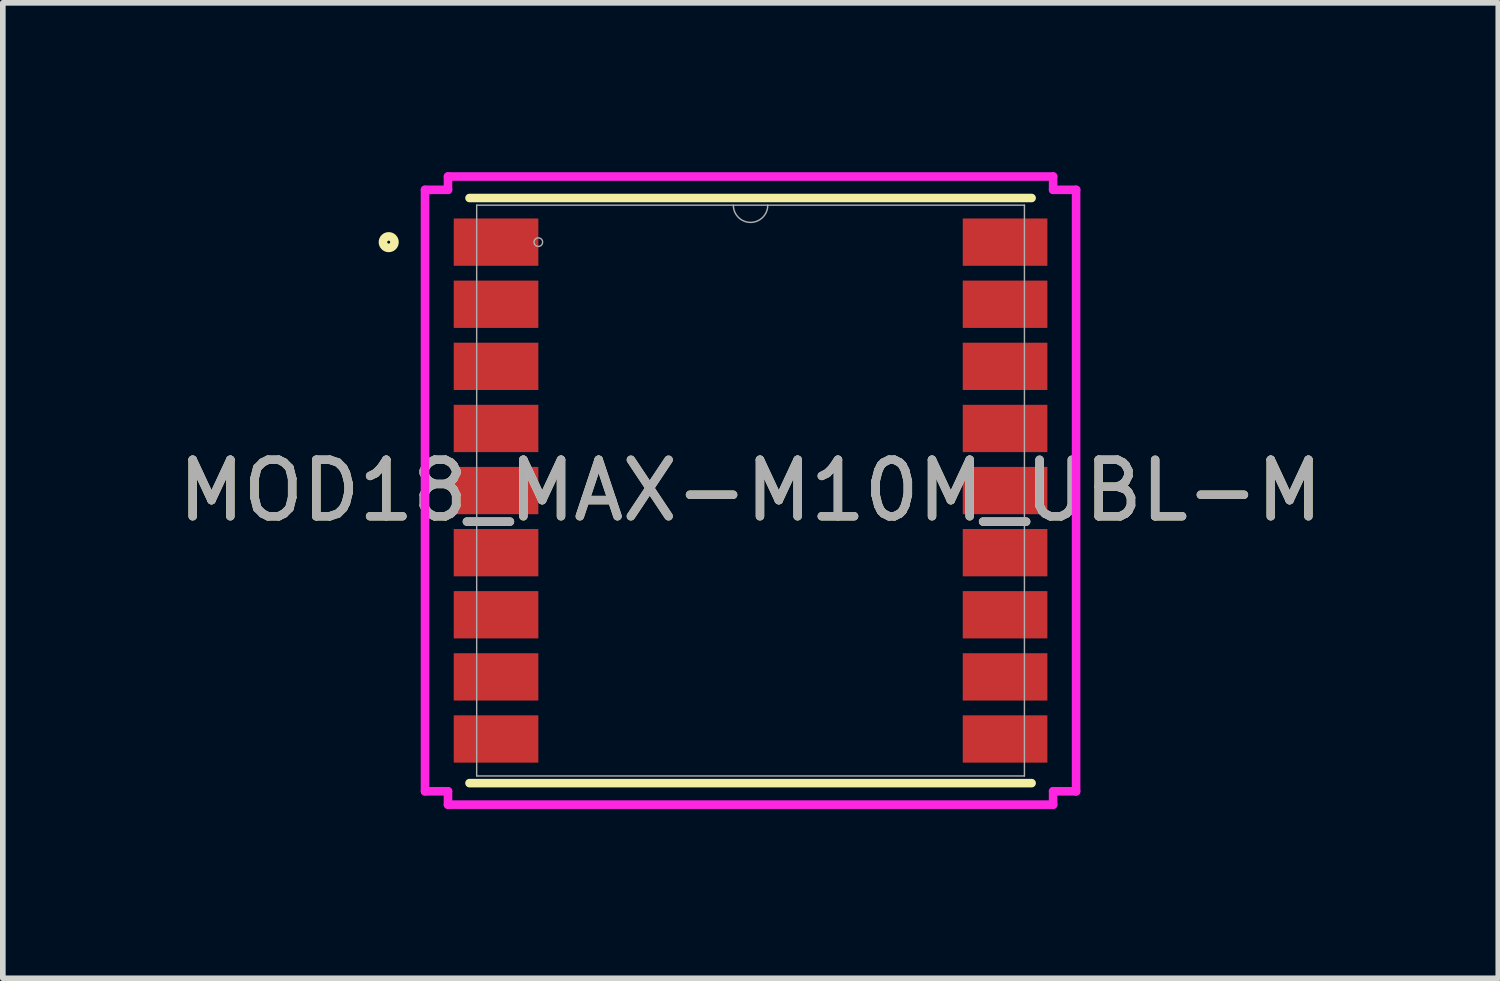
<source format=kicad_pcb>
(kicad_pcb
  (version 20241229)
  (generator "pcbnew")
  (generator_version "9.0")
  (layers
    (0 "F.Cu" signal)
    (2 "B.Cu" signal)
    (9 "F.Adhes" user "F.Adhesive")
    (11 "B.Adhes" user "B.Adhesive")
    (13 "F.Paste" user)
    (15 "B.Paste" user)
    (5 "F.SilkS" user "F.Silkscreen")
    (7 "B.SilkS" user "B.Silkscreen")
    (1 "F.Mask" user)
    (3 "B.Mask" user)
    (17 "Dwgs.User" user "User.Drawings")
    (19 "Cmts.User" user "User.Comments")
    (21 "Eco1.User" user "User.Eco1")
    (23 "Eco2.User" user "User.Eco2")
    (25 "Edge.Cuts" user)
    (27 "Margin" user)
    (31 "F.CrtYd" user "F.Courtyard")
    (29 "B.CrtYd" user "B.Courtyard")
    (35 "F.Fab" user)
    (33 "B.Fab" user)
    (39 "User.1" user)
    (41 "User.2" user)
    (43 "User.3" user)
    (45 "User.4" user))
  (footprint "MOD18_MAX-M10M_UBL-M"
    (layer "F.Cu")
    (at 10.244 5.639)
    (property "Reference" "MOD18_MAX-M10M_UBL-M" (at 0 0 0) (unlocked yes) (layer "F.SilkS") (effects (font (size 1 1) (thickness 0.15))))
    (attr smd)
    (fp_line (start -4.978 5.182) (end 4.978 5.182) (stroke (width 0.152) (type solid)) (layer "F.SilkS"))
    (fp_line (start 4.978 -5.182) (end -4.978 -5.182) (stroke (width 0.152) (type solid)) (layer "F.SilkS"))
    (fp_circle (center -6.409 -4.4) (end -6.307 -4.4) (stroke (width 0.152) (type solid)) (fill no) (layer "F.SilkS"))
    (fp_line (start -5.766 -5.327) (end -5.359 -5.327) (stroke (width 0.152) (type solid)) (layer "F.CrtYd"))
    (fp_line (start -5.766 5.327) (end -5.766 -5.327) (stroke (width 0.152) (type solid)) (layer "F.CrtYd"))
    (fp_line (start -5.766 5.327) (end -5.359 5.327) (stroke (width 0.152) (type solid)) (layer "F.CrtYd"))
    (fp_line (start -5.359 -5.563) (end 5.359 -5.563) (stroke (width 0.152) (type solid)) (layer "F.CrtYd"))
    (fp_line (start -5.359 -5.327) (end -5.359 -5.563) (stroke (width 0.152) (type solid)) (layer "F.CrtYd"))
    (fp_line (start -5.359 5.563) (end -5.359 5.327) (stroke (width 0.152) (type solid)) (layer "F.CrtYd"))
    (fp_line (start 5.359 -5.563) (end 5.359 -5.327) (stroke (width 0.152) (type solid)) (layer "F.CrtYd"))
    (fp_line (start 5.359 5.327) (end 5.359 5.563) (stroke (width 0.152) (type solid)) (layer "F.CrtYd"))
    (fp_line (start 5.359 5.563) (end -5.359 5.563) (stroke (width 0.152) (type solid)) (layer "F.CrtYd"))
    (fp_line (start 5.766 -5.327) (end 5.359 -5.327) (stroke (width 0.152) (type solid)) (layer "F.CrtYd"))
    (fp_line (start 5.766 -5.327) (end 5.766 5.327) (stroke (width 0.152) (type solid)) (layer "F.CrtYd"))
    (fp_line (start 5.766 5.327) (end 5.359 5.327) (stroke (width 0.152) (type solid)) (layer "F.CrtYd"))
    (fp_line (start -4.851 -5.055) (end -4.851 5.055) (stroke (width 0.025) (type solid)) (layer "F.Fab"))
    (fp_line (start -4.851 5.055) (end 4.851 5.055) (stroke (width 0.025) (type solid)) (layer "F.Fab"))
    (fp_line (start 4.851 -5.055) (end -4.851 -5.055) (stroke (width 0.025) (type solid)) (layer "F.Fab"))
    (fp_line (start 4.851 5.055) (end 4.851 -5.055) (stroke (width 0.025) (type solid)) (layer "F.Fab"))
    (fp_arc (start 0.3048 -5.0546) (mid 0 -4.7498) (end -0.3048 -5.0546) (stroke (width 0.0254) (type solid)) (layer "F.Fab"))
    (fp_circle (center -3.759 -4.4) (end -3.683 -4.4) (stroke (width 0.025) (type solid)) (fill no) (layer "F.Fab"))
    (fp_text user "${REFERENCE}" (at 0 0 0) (unlocked yes) (layer "F.Fab") (effects (font (size 1 1) (thickness 0.15))))
    (pad "1" smd rect (at -4.508 -4.4) (size 1.499 0.838) (layers "F.Cu" "F.Mask" "F.Paste"))
    (pad "2" smd rect (at -4.508 -3.3) (size 1.499 0.838) (layers "F.Cu" "F.Mask" "F.Paste"))
    (pad "3" smd rect (at -4.508 -2.2) (size 1.499 0.838) (layers "F.Cu" "F.Mask" "F.Paste"))
    (pad "4" smd rect (at -4.508 -1.1) (size 1.499 0.838) (layers "F.Cu" "F.Mask" "F.Paste"))
    (pad "5" smd rect (at -4.508 0) (size 1.499 0.838) (layers "F.Cu" "F.Mask" "F.Paste"))
    (pad "6" smd rect (at -4.508 1.1) (size 1.499 0.838) (layers "F.Cu" "F.Mask" "F.Paste"))
    (pad "7" smd rect (at -4.508 2.2) (size 1.499 0.838) (layers "F.Cu" "F.Mask" "F.Paste"))
    (pad "8" smd rect (at -4.508 3.3) (size 1.499 0.838) (layers "F.Cu" "F.Mask" "F.Paste"))
    (pad "9" smd rect (at -4.508 4.4) (size 1.499 0.838) (layers "F.Cu" "F.Mask" "F.Paste"))
    (pad "10" smd rect (at 4.508 4.4) (size 1.499 0.838) (layers "F.Cu" "F.Mask" "F.Paste"))
    (pad "11" smd rect (at 4.508 3.3) (size 1.499 0.838) (layers "F.Cu" "F.Mask" "F.Paste"))
    (pad "12" smd rect (at 4.508 2.2) (size 1.499 0.838) (layers "F.Cu" "F.Mask" "F.Paste"))
    (pad "13" smd rect (at 4.508 1.1) (size 1.499 0.838) (layers "F.Cu" "F.Mask" "F.Paste"))
    (pad "14" smd rect (at 4.508 0) (size 1.499 0.838) (layers "F.Cu" "F.Mask" "F.Paste"))
    (pad "15" smd rect (at 4.508 -1.1) (size 1.499 0.838) (layers "F.Cu" "F.Mask" "F.Paste"))
    (pad "16" smd rect (at 4.508 -2.2) (size 1.499 0.838) (layers "F.Cu" "F.Mask" "F.Paste"))
    (pad "17" smd rect (at 4.508 -3.3) (size 1.499 0.838) (layers "F.Cu" "F.Mask" "F.Paste"))
    (pad "18" smd rect (at 4.508 -4.4) (size 1.499 0.838) (layers "F.Cu" "F.Mask" "F.Paste")))
  (gr_rect
    (start -3 -3)
    (end 23.488 14.278)
    (stroke (width 0.1) (type default))
    (fill no)
    (layer "Edge.Cuts")))
</source>
